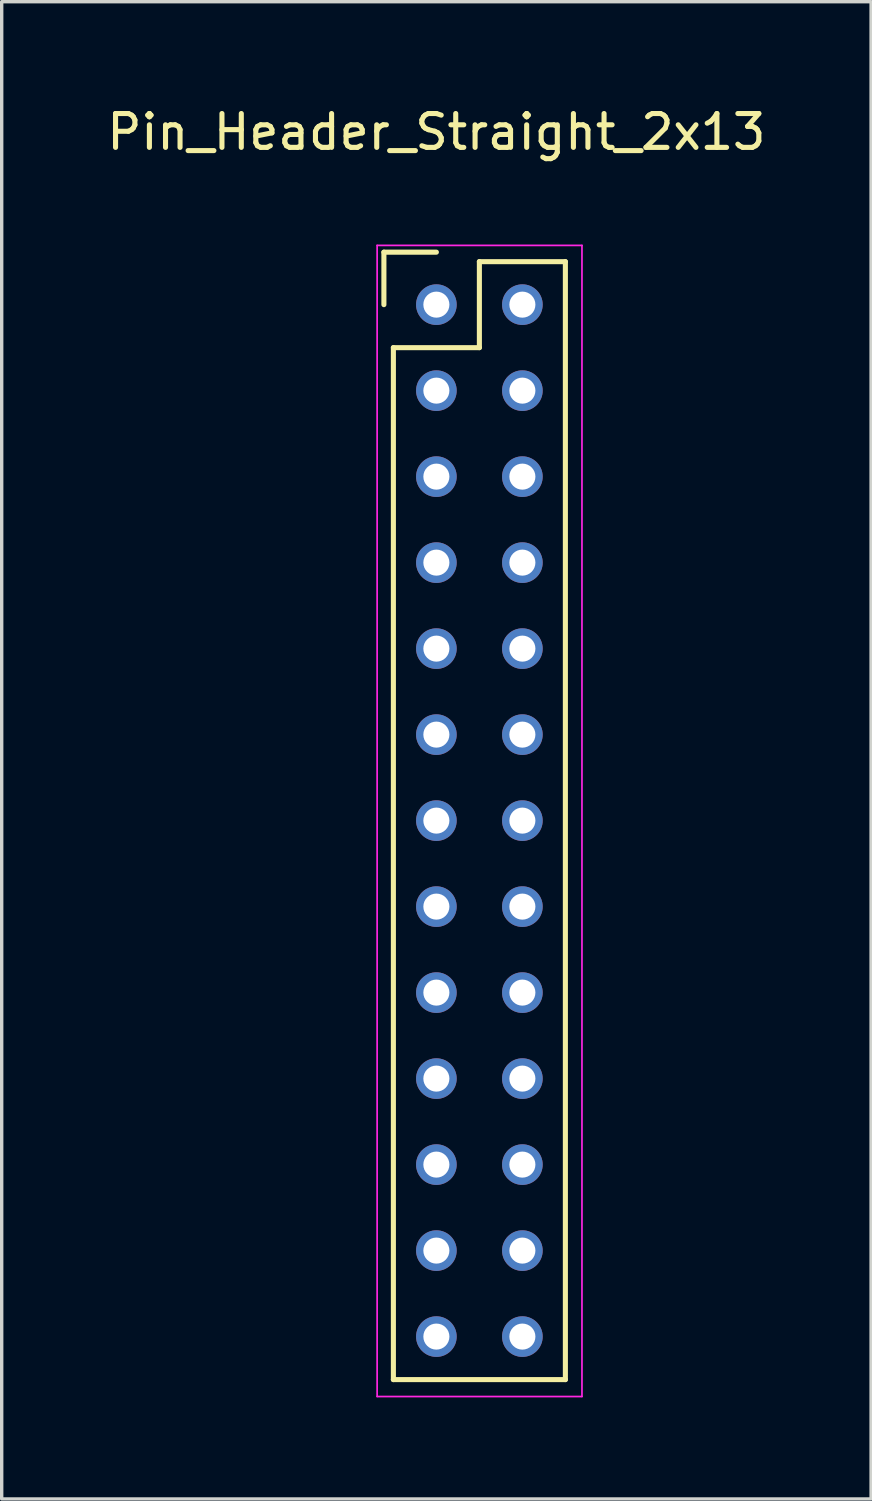
<source format=kicad_pcb>
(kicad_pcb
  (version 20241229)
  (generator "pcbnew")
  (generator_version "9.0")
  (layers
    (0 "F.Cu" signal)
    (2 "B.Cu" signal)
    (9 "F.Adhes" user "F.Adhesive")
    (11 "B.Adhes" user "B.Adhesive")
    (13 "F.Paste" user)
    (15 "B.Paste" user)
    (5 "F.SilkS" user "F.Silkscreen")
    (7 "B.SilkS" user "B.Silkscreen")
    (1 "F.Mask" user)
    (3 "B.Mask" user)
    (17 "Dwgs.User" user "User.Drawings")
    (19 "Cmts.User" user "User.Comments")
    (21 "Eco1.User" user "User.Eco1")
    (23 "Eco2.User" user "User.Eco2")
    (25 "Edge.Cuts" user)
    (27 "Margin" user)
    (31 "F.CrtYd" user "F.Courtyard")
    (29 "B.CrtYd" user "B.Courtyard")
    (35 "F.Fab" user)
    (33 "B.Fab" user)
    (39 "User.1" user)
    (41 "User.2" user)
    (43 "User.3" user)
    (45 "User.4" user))
  (footprint "Pin_Header_Straight_2x13"
    (layer "F.Cu")
    (at 9.839 5.948)
    (property "Reference" "Pin_Header_Straight_2x13" (at 0 -5.1 0) (layer "F.SilkS") (effects (font (size 1 1) (thickness 0.15))))
    (attr through_hole)
    (fp_line (start -1.55 -1.55) (end -1.55 0) (stroke (width 0.15) (type solid)) (layer "F.SilkS"))
    (fp_line (start -1.27 1.27) (end -1.27 31.75) (stroke (width 0.15) (type solid)) (layer "F.SilkS"))
    (fp_line (start 0 -1.55) (end -1.55 -1.55) (stroke (width 0.15) (type solid)) (layer "F.SilkS"))
    (fp_line (start 1.27 -1.27) (end 1.27 1.27) (stroke (width 0.15) (type solid)) (layer "F.SilkS"))
    (fp_line (start 1.27 1.27) (end -1.27 1.27) (stroke (width 0.15) (type solid)) (layer "F.SilkS"))
    (fp_line (start 3.81 -1.27) (end 1.27 -1.27) (stroke (width 0.15) (type solid)) (layer "F.SilkS"))
    (fp_line (start 3.81 -1.27) (end 3.81 31.75) (stroke (width 0.15) (type solid)) (layer "F.SilkS"))
    (fp_line (start 3.81 31.75) (end -1.27 31.75) (stroke (width 0.15) (type solid)) (layer "F.SilkS"))
    (fp_line (start -1.75 -1.75) (end -1.75 32.25) (stroke (width 0.05) (type solid)) (layer "F.CrtYd"))
    (fp_line (start -1.75 -1.75) (end 4.3 -1.75) (stroke (width 0.05) (type solid)) (layer "F.CrtYd"))
    (fp_line (start -1.75 32.25) (end 4.3 32.25) (stroke (width 0.05) (type solid)) (layer "F.CrtYd"))
    (fp_line (start 4.3 -1.75) (end 4.3 32.25) (stroke (width 0.05) (type solid)) (layer "F.CrtYd"))
    (pad "1" thru_hole circle (at 0 0) (size 1.2 1.2) (drill 0.77) (layers "*.Cu" "*.Mask"))
    (pad "2" thru_hole circle (at 2.54 0) (size 1.2 1.2) (drill 0.77) (layers "*.Cu" "*.Mask"))
    (pad "3" thru_hole circle (at 0 2.54) (size 1.2 1.2) (drill 0.77) (layers "*.Cu" "*.Mask"))
    (pad "4" thru_hole circle (at 2.54 2.54) (size 1.2 1.2) (drill 0.77) (layers "*.Cu" "*.Mask"))
    (pad "5" thru_hole circle (at 0 5.08) (size 1.2 1.2) (drill 0.77) (layers "*.Cu" "*.Mask"))
    (pad "6" thru_hole circle (at 2.54 5.08) (size 1.2 1.2) (drill 0.77) (layers "*.Cu" "*.Mask"))
    (pad "7" thru_hole circle (at 0 7.62) (size 1.2 1.2) (drill 0.77) (layers "*.Cu" "*.Mask"))
    (pad "8" thru_hole circle (at 2.54 7.62) (size 1.2 1.2) (drill 0.77) (layers "*.Cu" "*.Mask"))
    (pad "9" thru_hole circle (at 0 10.16) (size 1.2 1.2) (drill 0.77) (layers "*.Cu" "*.Mask"))
    (pad "10" thru_hole circle (at 2.54 10.16) (size 1.2 1.2) (drill 0.77) (layers "*.Cu" "*.Mask"))
    (pad "11" thru_hole circle (at 0 12.7) (size 1.2 1.2) (drill 0.77) (layers "*.Cu" "*.Mask"))
    (pad "12" thru_hole circle (at 2.54 12.7) (size 1.2 1.2) (drill 0.77) (layers "*.Cu" "*.Mask"))
    (pad "13" thru_hole circle (at 0 15.24) (size 1.2 1.2) (drill 0.77) (layers "*.Cu" "*.Mask"))
    (pad "14" thru_hole circle (at 2.54 15.24) (size 1.2 1.2) (drill 0.77) (layers "*.Cu" "*.Mask"))
    (pad "15" thru_hole circle (at 0 17.78) (size 1.2 1.2) (drill 0.77) (layers "*.Cu" "*.Mask"))
    (pad "16" thru_hole circle (at 2.54 17.78) (size 1.2 1.2) (drill 0.77) (layers "*.Cu" "*.Mask"))
    (pad "17" thru_hole circle (at 0 20.32) (size 1.2 1.2) (drill 0.77) (layers "*.Cu" "*.Mask"))
    (pad "18" thru_hole circle (at 2.54 20.32) (size 1.2 1.2) (drill 0.77) (layers "*.Cu" "*.Mask"))
    (pad "19" thru_hole circle (at 0 22.86) (size 1.2 1.2) (drill 0.77) (layers "*.Cu" "*.Mask"))
    (pad "20" thru_hole circle (at 2.54 22.86) (size 1.2 1.2) (drill 0.77) (layers "*.Cu" "*.Mask"))
    (pad "21" thru_hole circle (at 0 25.4) (size 1.2 1.2) (drill 0.77) (layers "*.Cu" "*.Mask"))
    (pad "22" thru_hole circle (at 2.54 25.4) (size 1.2 1.2) (drill 0.77) (layers "*.Cu" "*.Mask"))
    (pad "23" thru_hole circle (at 0 27.94) (size 1.2 1.2) (drill 0.77) (layers "*.Cu" "*.Mask"))
    (pad "24" thru_hole circle (at 2.54 27.94) (size 1.2 1.2) (drill 0.77) (layers "*.Cu" "*.Mask"))
    (pad "25" thru_hole circle (at 0 30.48) (size 1.2 1.2) (drill 0.77) (layers "*.Cu" "*.Mask"))
    (pad "26" thru_hole circle (at 2.54 30.48) (size 1.2 1.2) (drill 0.77) (layers "*.Cu" "*.Mask")))
  (gr_rect
    (start -3 -3)
    (end 22.679 41.223)
    (stroke (width 0.1) (type default))
    (fill no)
    (layer "Edge.Cuts")))
</source>
